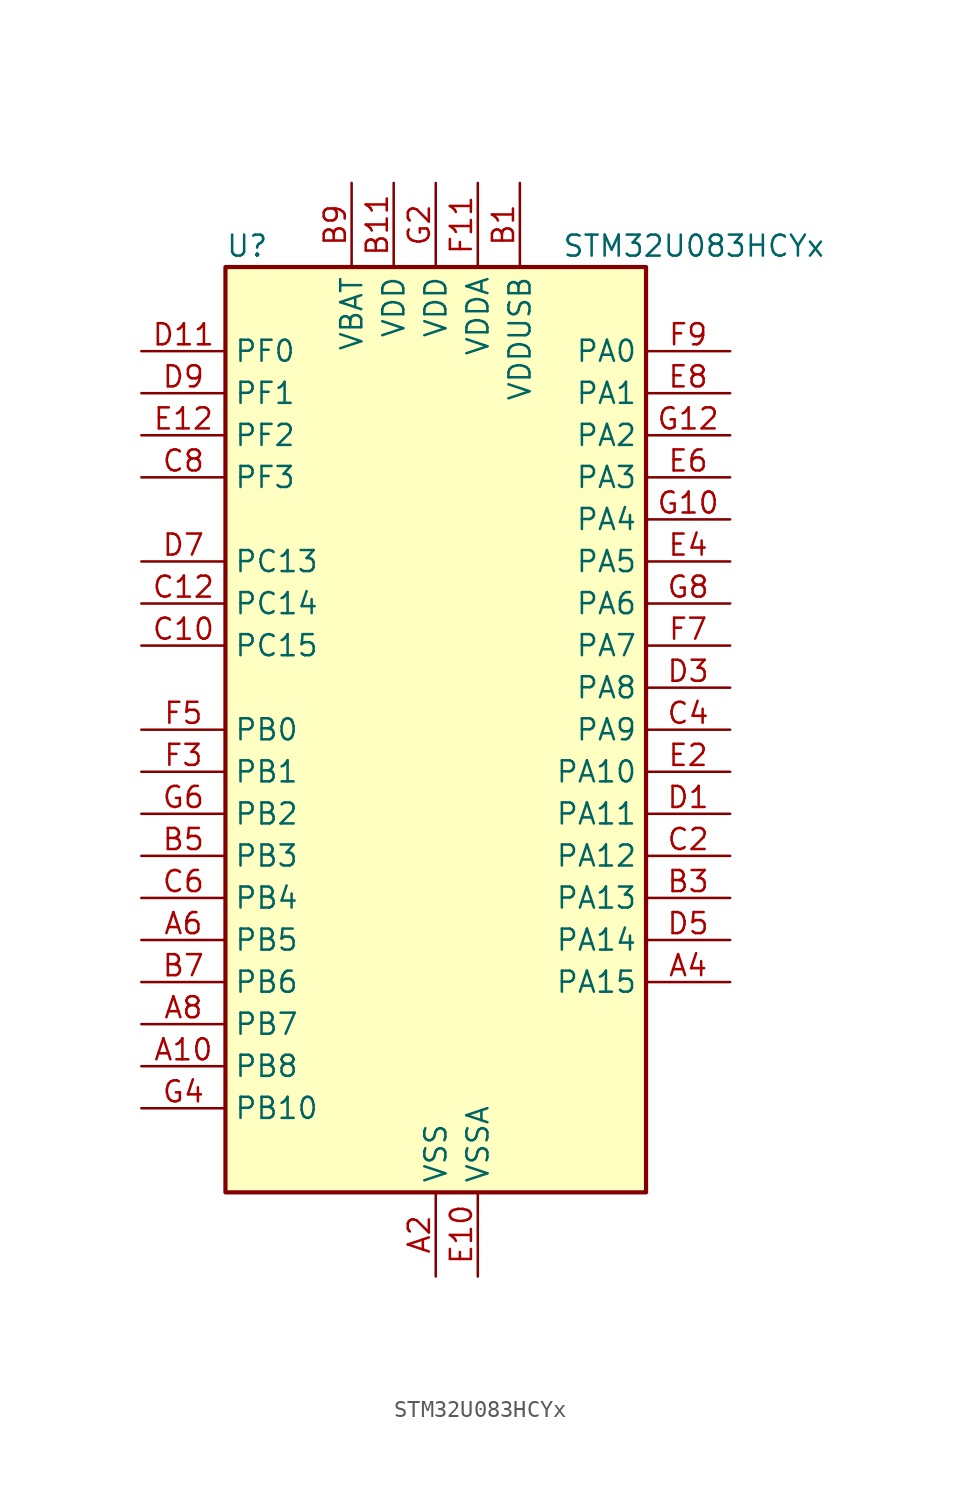
<source format=kicad_sym>
(kicad_symbol_lib
  (version 20241209)
  (generator "kicad_symbol_editor")
  (generator_version "9.0")
  (symbol "STM32U083HCYx"
    (property "Reference" "U"
      (at -12.7 29.21 0)
      (effects (font (size 1.27 1.27)) (justify left)))
    (property "Value" "STM32U083HCYx"
      (at 7.62 29.21 0)
      (effects (font (size 1.27 1.27)) (justify left)))
    (symbol "STM32U083HCYx_0_1"
      (rectangle (start -12.7 -27.94) (end 12.7 27.94) (stroke (width 0.254) (type default)) (fill (type background))))
    (symbol "STM32U083HCYx_1_1"
      (pin bidirectional line (at -17.78 22.86 0) (length 5.08) (name "PF0" (effects (font (size 1.27 1.27)))) (number "D11" (effects (font (size 1.27 1.27)))) (alternate "RCC_OSC_IN" bidirectional line))
      (pin bidirectional line (at -17.78 20.32 0) (length 5.08) (name "PF1" (effects (font (size 1.27 1.27)))) (number "D9" (effects (font (size 1.27 1.27)))) (alternate "RCC_OSC_EN" bidirectional line) (alternate "RCC_OSC_OUT" bidirectional line))
      (pin bidirectional line (at -17.78 17.78 0) (length 5.08) (name "PF2" (effects (font (size 1.27 1.27)))) (number "E12" (effects (font (size 1.27 1.27)))) (alternate "RCC_MCO" bidirectional line))
      (pin bidirectional line (at -17.78 15.24 0) (length 5.08) (name "PF3" (effects (font (size 1.27 1.27)))) (number "C8" (effects (font (size 1.27 1.27)))))
      (pin bidirectional line (at -17.78 10.16 0) (length 5.08) (name "PC13" (effects (font (size 1.27 1.27)))) (number "D7" (effects (font (size 1.27 1.27)))) (alternate "LPTIM1_CH3" bidirectional line) (alternate "LPTIM3_CH3" bidirectional line) (alternate "PWR_WKUP2" bidirectional line) (alternate "RTC_OUT1" bidirectional line) (alternate "RTC_TS" bidirectional line) (alternate "TAMP_IN1" bidirectional line))
      (pin bidirectional line (at -17.78 7.62 0) (length 5.08) (name "PC14" (effects (font (size 1.27 1.27)))) (number "C12" (effects (font (size 1.27 1.27)))) (alternate "RCC_OSC32_IN" bidirectional line))
      (pin bidirectional line (at -17.78 5.08 0) (length 5.08) (name "PC15" (effects (font (size 1.27 1.27)))) (number "C10" (effects (font (size 1.27 1.27)))) (alternate "RCC_OSC32_EN" bidirectional line) (alternate "RCC_OSC32_OUT" bidirectional line) (alternate "RCC_OSC_EN" bidirectional line))
      (pin bidirectional line (at -17.78 0 0) (length 5.08) (name "PB0" (effects (font (size 1.27 1.27)))) (number "F5" (effects (font (size 1.27 1.27)))) (alternate "ADC1_IN17" bidirectional line) (alternate "COMP1_OUT" bidirectional line) (alternate "LCD_SEG5" bidirectional line) (alternate "LPTIM3_CH1" bidirectional line) (alternate "LPUART2_CTS" bidirectional line) (alternate "SPI1_NSS" bidirectional line) (alternate "TIM1_CH2N" bidirectional line) (alternate "TIM3_CH3" bidirectional line) (alternate "TSC_G5_IO2" bidirectional line) (alternate "USART3_CK" bidirectional line))
      (pin bidirectional line (at -17.78 -2.54 0) (length 5.08) (name "PB1" (effects (font (size 1.27 1.27)))) (number "F3" (effects (font (size 1.27 1.27)))) (alternate "ADC1_IN18" bidirectional line) (alternate "COMP1_INM" bidirectional line) (alternate "LCD_SEG6" bidirectional line) (alternate "LPTIM2_IN1" bidirectional line) (alternate "LPTIM3_CH2" bidirectional line) (alternate "LPUART1_DE" bidirectional line) (alternate "LPUART1_RTS" bidirectional line) (alternate "LPUART2_DE" bidirectional line) (alternate "LPUART2_RTS" bidirectional line) (alternate "TIM1_CH3N" bidirectional line) (alternate "TIM3_CH4" bidirectional line) (alternate "TSC_SYNC" bidirectional line) (alternate "USART3_DE" bidirectional line) (alternate "USART3_RTS" bidirectional line))
      (pin bidirectional line (at -17.78 -5.08 0) (length 5.08) (name "PB2" (effects (font (size 1.27 1.27)))) (number "G6" (effects (font (size 1.27 1.27)))) (alternate "COMP1_INP" bidirectional line) (alternate "LCD_VLCD" bidirectional line) (alternate "LPTIM1_CH1" bidirectional line) (alternate "RTC_OUT2" bidirectional line))
      (pin bidirectional line (at -17.78 -7.62 0) (length 5.08) (name "PB3" (effects (font (size 1.27 1.27)))) (number "B5" (effects (font (size 1.27 1.27)))) (alternate "COMP2_INM" bidirectional line) (alternate "DEBUG_JTDO-SWO" bidirectional line) (alternate "I2C2_SCL" bidirectional line) (alternate "I2C3_SCL" bidirectional line) (alternate "LCD_SEG7" bidirectional line) (alternate "LPTIM1_CH3" bidirectional line) (alternate "SPI1_SCK" bidirectional line) (alternate "SPI3_SCK" bidirectional line) (alternate "TIM2_CH2" bidirectional line) (alternate "USART1_DE" bidirectional line) (alternate "USART1_RTS" bidirectional line))
      (pin bidirectional line (at -17.78 -10.16 0) (length 5.08) (name "PB4" (effects (font (size 1.27 1.27)))) (number "C6" (effects (font (size 1.27 1.27)))) (alternate "COMP2_INP" bidirectional line) (alternate "I2C2_SDA" bidirectional line) (alternate "I2C3_SDA" bidirectional line) (alternate "LCD_SEG8" bidirectional line) (alternate "LPTIM1_CH4" bidirectional line) (alternate "LPUART3_DE" bidirectional line) (alternate "LPUART3_RTS" bidirectional line) (alternate "SPI1_MISO" bidirectional line) (alternate "SPI3_MISO" bidirectional line) (alternate "TIM3_CH1" bidirectional line) (alternate "TSC_G2_IO1" bidirectional line) (alternate "USART1_CTS" bidirectional line))
      (pin bidirectional line (at -17.78 -12.7 0) (length 5.08) (name "PB5" (effects (font (size 1.27 1.27)))) (number "A6" (effects (font (size 1.27 1.27)))) (alternate "COMP2_OUT" bidirectional line) (alternate "LCD_SEG9" bidirectional line) (alternate "LPTIM1_IN1" bidirectional line) (alternate "LPUART3_CTS" bidirectional line) (alternate "SPI1_MOSI" bidirectional line) (alternate "SPI3_MOSI" bidirectional line) (alternate "TIM16_BKIN" bidirectional line) (alternate "TIM3_CH2" bidirectional line) (alternate "TSC_G2_IO2" bidirectional line) (alternate "USART1_CK" bidirectional line))
      (pin bidirectional line (at -17.78 -15.24 0) (length 5.08) (name "PB6" (effects (font (size 1.27 1.27)))) (number "B7" (effects (font (size 1.27 1.27)))) (alternate "COMP2_INP" bidirectional line) (alternate "I2C1_SCL" bidirectional line) (alternate "I2C2_SCL" bidirectional line) (alternate "I2C4_SCL" bidirectional line) (alternate "LPTIM1_ETR" bidirectional line) (alternate "LPUART2_TX" bidirectional line) (alternate "LPUART3_TX" bidirectional line) (alternate "TIM16_CH1N" bidirectional line) (alternate "TSC_G2_IO3" bidirectional line) (alternate "USART1_TX" bidirectional line))
      (pin bidirectional line (at -17.78 -17.78 0) (length 5.08) (name "PB7" (effects (font (size 1.27 1.27)))) (number "A8" (effects (font (size 1.27 1.27)))) (alternate "COMP2_INM" bidirectional line) (alternate "I2C1_SDA" bidirectional line) (alternate "I2C2_SDA" bidirectional line) (alternate "I2C4_SDA" bidirectional line) (alternate "LCD_SEG21" bidirectional line) (alternate "LPTIM1_IN2" bidirectional line) (alternate "LPUART2_RX" bidirectional line) (alternate "LPUART3_RX" bidirectional line) (alternate "PWR_PVD_IN" bidirectional line) (alternate "TSC_G2_IO4" bidirectional line) (alternate "USART1_RX" bidirectional line) (alternate "USART4_CTS" bidirectional line))
      (pin bidirectional line (at -17.78 -20.32 0) (length 5.08) (name "PB8" (effects (font (size 1.27 1.27)))) (number "A10" (effects (font (size 1.27 1.27)))) (alternate "I2C1_SCL" bidirectional line) (alternate "I2C2_SCL" bidirectional line) (alternate "LCD_SEG16" bidirectional line) (alternate "LPTIM1_IN2" bidirectional line) (alternate "LPTIM3_IN2" bidirectional line) (alternate "TIM16_CH1" bidirectional line) (alternate "USART3_TX" bidirectional line))
      (pin bidirectional line (at -17.78 -22.86 0) (length 5.08) (name "PB10" (effects (font (size 1.27 1.27)))) (number "G4" (effects (font (size 1.27 1.27)))) (alternate "COMP1_OUT" bidirectional line) (alternate "I2C2_SCL" bidirectional line) (alternate "I2C4_SCL" bidirectional line) (alternate "LCD_SEG10" bidirectional line) (alternate "LPTIM3_CH1" bidirectional line) (alternate "LPUART1_RX" bidirectional line) (alternate "LPUART2_RX" bidirectional line) (alternate "SPI2_SCK" bidirectional line) (alternate "TIM2_CH3" bidirectional line) (alternate "TSC_G5_IO3" bidirectional line) (alternate "USART3_TX" bidirectional line))
      (pin power_in line (at -5.08 33.02 270) (length 5.08) (name "VBAT" (effects (font (size 1.27 1.27)))) (number "B9" (effects (font (size 1.27 1.27)))))
      (pin power_in line (at -2.54 33.02 270) (length 5.08) (name "VDD" (effects (font (size 1.27 1.27)))) (number "B11" (effects (font (size 1.27 1.27)))))
      (pin power_in line (at 0 33.02 270) (length 5.08) (name "VDD" (effects (font (size 1.27 1.27)))) (number "G2" (effects (font (size 1.27 1.27)))))
      (pin passive line (at 0 -33.02 90) (length 5.08) (hide yes) (name "VSS" (effects (font (size 1.27 1.27)))) (number "A12" (effects (font (size 1.27 1.27)))))
      (pin power_in line (at 0 -33.02 90) (length 5.08) (name "VSS" (effects (font (size 1.27 1.27)))) (number "A2" (effects (font (size 1.27 1.27)))))
      (pin passive line (at 0 -33.02 90) (length 5.08) (hide yes) (name "VSS" (effects (font (size 1.27 1.27)))) (number "F1" (effects (font (size 1.27 1.27)))))
      (pin power_in line (at 2.54 33.02 270) (length 5.08) (name "VDDA" (effects (font (size 1.27 1.27)))) (number "F11" (effects (font (size 1.27 1.27)))))
      (pin power_in line (at 2.54 -33.02 90) (length 5.08) (name "VSSA" (effects (font (size 1.27 1.27)))) (number "E10" (effects (font (size 1.27 1.27)))))
      (pin power_in line (at 5.08 33.02 270) (length 5.08) (name "VDDUSB" (effects (font (size 1.27 1.27)))) (number "B1" (effects (font (size 1.27 1.27)))))
      (pin bidirectional line (at 17.78 22.86 180) (length 5.08) (name "PA0" (effects (font (size 1.27 1.27)))) (number "F9" (effects (font (size 1.27 1.27)))) (alternate "ADC1_IN4" bidirectional line) (alternate "COMP1_INM" bidirectional line) (alternate "COMP1_OUT" bidirectional line) (alternate "LCD_SEG42" bidirectional line) (alternate "OPAMP1_VINP" bidirectional line) (alternate "PWR_WKUP1" bidirectional line) (alternate "TAMP_IN2" bidirectional line) (alternate "TIM2_CH1" bidirectional line) (alternate "TIM2_ETR" bidirectional line) (alternate "USART2_CTS" bidirectional line) (alternate "USART4_TX" bidirectional line))
      (pin bidirectional line (at 17.78 20.32 180) (length 5.08) (name "PA1" (effects (font (size 1.27 1.27)))) (number "E8" (effects (font (size 1.27 1.27)))) (alternate "ADC1_IN5" bidirectional line) (alternate "COMP1_INP" bidirectional line) (alternate "LCD_SEG0" bidirectional line) (alternate "LPTIM1_CH2" bidirectional line) (alternate "OPAMP1_VINM" bidirectional line) (alternate "PWR_WKUP3" bidirectional line) (alternate "SPI1_SCK" bidirectional line) (alternate "SPI2_SCK" bidirectional line) (alternate "TAMP_IN5" bidirectional line) (alternate "TIM15_CH1N" bidirectional line) (alternate "TIM2_CH2" bidirectional line) (alternate "USART2_DE" bidirectional line) (alternate "USART2_RTS" bidirectional line) (alternate "USART4_RX" bidirectional line))
      (pin bidirectional line (at 17.78 17.78 180) (length 5.08) (name "PA2" (effects (font (size 1.27 1.27)))) (number "G12" (effects (font (size 1.27 1.27)))) (alternate "ADC1_IN6" bidirectional line) (alternate "COMP2_INM" bidirectional line) (alternate "COMP2_OUT" bidirectional line) (alternate "LCD_SEG1" bidirectional line) (alternate "LPUART1_TX" bidirectional line) (alternate "PWR_WKUP4" bidirectional line) (alternate "RCC_LSCO" bidirectional line) (alternate "TIM15_CH1" bidirectional line) (alternate "TIM2_CH3" bidirectional line) (alternate "USART2_TX" bidirectional line))
      (pin bidirectional line (at 17.78 15.24 180) (length 5.08) (name "PA3" (effects (font (size 1.27 1.27)))) (number "E6" (effects (font (size 1.27 1.27)))) (alternate "ADC1_IN7" bidirectional line) (alternate "COMP2_INP" bidirectional line) (alternate "LCD_SEG2" bidirectional line) (alternate "LPUART1_RX" bidirectional line) (alternate "OPAMP1_VOUT" bidirectional line) (alternate "TIM15_CH2" bidirectional line) (alternate "TIM2_CH4" bidirectional line) (alternate "USART2_RX" bidirectional line))
      (pin bidirectional line (at 17.78 12.7 180) (length 5.08) (name "PA4" (effects (font (size 1.27 1.27)))) (number "G10" (effects (font (size 1.27 1.27)))) (alternate "ADC1_IN8" bidirectional line) (alternate "COMP1_INM" bidirectional line) (alternate "COMP2_INM" bidirectional line) (alternate "DAC1_OUT1" bidirectional line) (alternate "LCD_SEG43" bidirectional line) (alternate "LPTIM2_CH1" bidirectional line) (alternate "LPUART3_TX" bidirectional line) (alternate "SPI1_NSS" bidirectional line) (alternate "SPI3_NSS" bidirectional line) (alternate "USART2_CK" bidirectional line))
      (pin bidirectional line (at 17.78 10.16 180) (length 5.08) (name "PA5" (effects (font (size 1.27 1.27)))) (number "E4" (effects (font (size 1.27 1.27)))) (alternate "ADC1_IN9" bidirectional line) (alternate "COMP1_INM" bidirectional line) (alternate "COMP2_INM" bidirectional line) (alternate "LCD_SEG44" bidirectional line) (alternate "LPTIM2_ETR" bidirectional line) (alternate "LPUART3_RX" bidirectional line) (alternate "SPI1_SCK" bidirectional line) (alternate "TIM2_CH1" bidirectional line) (alternate "TIM2_ETR" bidirectional line) (alternate "USART3_TX" bidirectional line))
      (pin bidirectional line (at 17.78 7.62 180) (length 5.08) (name "PA6" (effects (font (size 1.27 1.27)))) (number "G8" (effects (font (size 1.27 1.27)))) (alternate "ADC1_IN10" bidirectional line) (alternate "COMP1_OUT" bidirectional line) (alternate "I2C2_SDA" bidirectional line) (alternate "I2C3_SDA" bidirectional line) (alternate "LCD_SEG3" bidirectional line) (alternate "LPUART1_CTS" bidirectional line) (alternate "SPI1_MISO" bidirectional line) (alternate "TIM16_CH1" bidirectional line) (alternate "TIM1_BKIN" bidirectional line) (alternate "TIM3_CH1" bidirectional line) (alternate "TSC_G5_IO1" bidirectional line) (alternate "USART3_CTS" bidirectional line))
      (pin bidirectional line (at 17.78 5.08 180) (length 5.08) (name "PA7" (effects (font (size 1.27 1.27)))) (number "F7" (effects (font (size 1.27 1.27)))) (alternate "ADC1_IN14" bidirectional line) (alternate "COMP2_OUT" bidirectional line) (alternate "I2C2_SCL" bidirectional line) (alternate "I2C3_SCL" bidirectional line) (alternate "LCD_SEG4" bidirectional line) (alternate "LPTIM2_CH2" bidirectional line) (alternate "SPI1_MOSI" bidirectional line) (alternate "TIM1_CH1N" bidirectional line) (alternate "TIM3_CH2" bidirectional line) (alternate "USART3_RX" bidirectional line))
      (pin bidirectional line (at 17.78 2.54 180) (length 5.08) (name "PA8" (effects (font (size 1.27 1.27)))) (number "D3" (effects (font (size 1.27 1.27)))) (alternate "LCD_COM0" bidirectional line) (alternate "LPTIM2_CH1" bidirectional line) (alternate "RCC_MCO" bidirectional line) (alternate "RCC_MCO2" bidirectional line) (alternate "TIM1_CH1" bidirectional line) (alternate "TSC_G7_IO1" bidirectional line) (alternate "USART1_CK" bidirectional line))
      (pin bidirectional line (at 17.78 0 180) (length 5.08) (name "PA9" (effects (font (size 1.27 1.27)))) (number "C4" (effects (font (size 1.27 1.27)))) (alternate "COMP1_INP" bidirectional line) (alternate "DAC1_EXTI9" bidirectional line) (alternate "I2C1_SCL" bidirectional line) (alternate "I2C2_SCL" bidirectional line) (alternate "LCD_COM1" bidirectional line) (alternate "RCC_MCO" bidirectional line) (alternate "TIM15_BKIN" bidirectional line) (alternate "TIM1_CH2" bidirectional line) (alternate "TSC_G7_IO2" bidirectional line) (alternate "USART1_TX" bidirectional line))
      (pin bidirectional line (at 17.78 -2.54 180) (length 5.08) (name "PA10" (effects (font (size 1.27 1.27)))) (number "E2" (effects (font (size 1.27 1.27)))) (alternate "CRS_SYNC" bidirectional line) (alternate "I2C1_SDA" bidirectional line) (alternate "I2C2_SDA" bidirectional line) (alternate "LCD_COM2" bidirectional line) (alternate "RCC_MCO2" bidirectional line) (alternate "SPI2_NSS" bidirectional line) (alternate "TIM1_CH3" bidirectional line) (alternate "TSC_G7_IO3" bidirectional line) (alternate "USART1_RX" bidirectional line))
      (pin bidirectional line (at 17.78 -5.08 180) (length 5.08) (name "PA11" (effects (font (size 1.27 1.27)))) (number "D1" (effects (font (size 1.27 1.27)))) (alternate "ADC1_EXTI11" bidirectional line) (alternate "COMP1_OUT" bidirectional line) (alternate "SPI1_MISO" bidirectional line) (alternate "SPI2_MISO" bidirectional line) (alternate "TIM1_BKIN2" bidirectional line) (alternate "TIM1_CH4" bidirectional line) (alternate "USART1_CTS" bidirectional line) (alternate "USB_DM" bidirectional line))
      (pin bidirectional line (at 17.78 -7.62 180) (length 5.08) (name "PA12" (effects (font (size 1.27 1.27)))) (number "C2" (effects (font (size 1.27 1.27)))) (alternate "SPI1_MOSI" bidirectional line) (alternate "SPI2_MOSI" bidirectional line) (alternate "TIM1_ETR" bidirectional line) (alternate "USART1_DE" bidirectional line) (alternate "USART1_RTS" bidirectional line) (alternate "USB_DP" bidirectional line))
      (pin bidirectional line (at 17.78 -10.16 180) (length 5.08) (name "PA13" (effects (font (size 1.27 1.27)))) (number "B3" (effects (font (size 1.27 1.27)))) (alternate "DEBUG_JTMS-SWDIO" bidirectional line) (alternate "IR_OUT" bidirectional line) (alternate "LCD_SEG40" bidirectional line) (alternate "TSC_G7_IO4" bidirectional line) (alternate "USB_NOE" bidirectional line))
      (pin bidirectional line (at 17.78 -12.7 180) (length 5.08) (name "PA14" (effects (font (size 1.27 1.27)))) (number "D5" (effects (font (size 1.27 1.27)))) (alternate "DEBUG_JTCK-SWCLK" bidirectional line) (alternate "LCD_SEG41" bidirectional line) (alternate "LPTIM1_CH1" bidirectional line) (alternate "TSC_G3_IO4" bidirectional line))
      (pin bidirectional line (at 17.78 -15.24 180) (length 5.08) (name "PA15" (effects (font (size 1.27 1.27)))) (number "A4" (effects (font (size 1.27 1.27)))) (alternate "DEBUG_JTDI" bidirectional line) (alternate "LCD_SEG17" bidirectional line) (alternate "LPTIM3_CH3" bidirectional line) (alternate "LPTIM3_IN2" bidirectional line) (alternate "SPI1_NSS" bidirectional line) (alternate "SPI3_NSS" bidirectional line) (alternate "TIM2_CH1" bidirectional line) (alternate "TIM2_ETR" bidirectional line) (alternate "TSC_G3_IO1" bidirectional line) (alternate "USART2_RX" bidirectional line) (alternate "USART3_DE" bidirectional line) (alternate "USART3_RTS" bidirectional line) (alternate "USART4_DE" bidirectional line) (alternate "USART4_RTS" bidirectional line)))))
</source>
